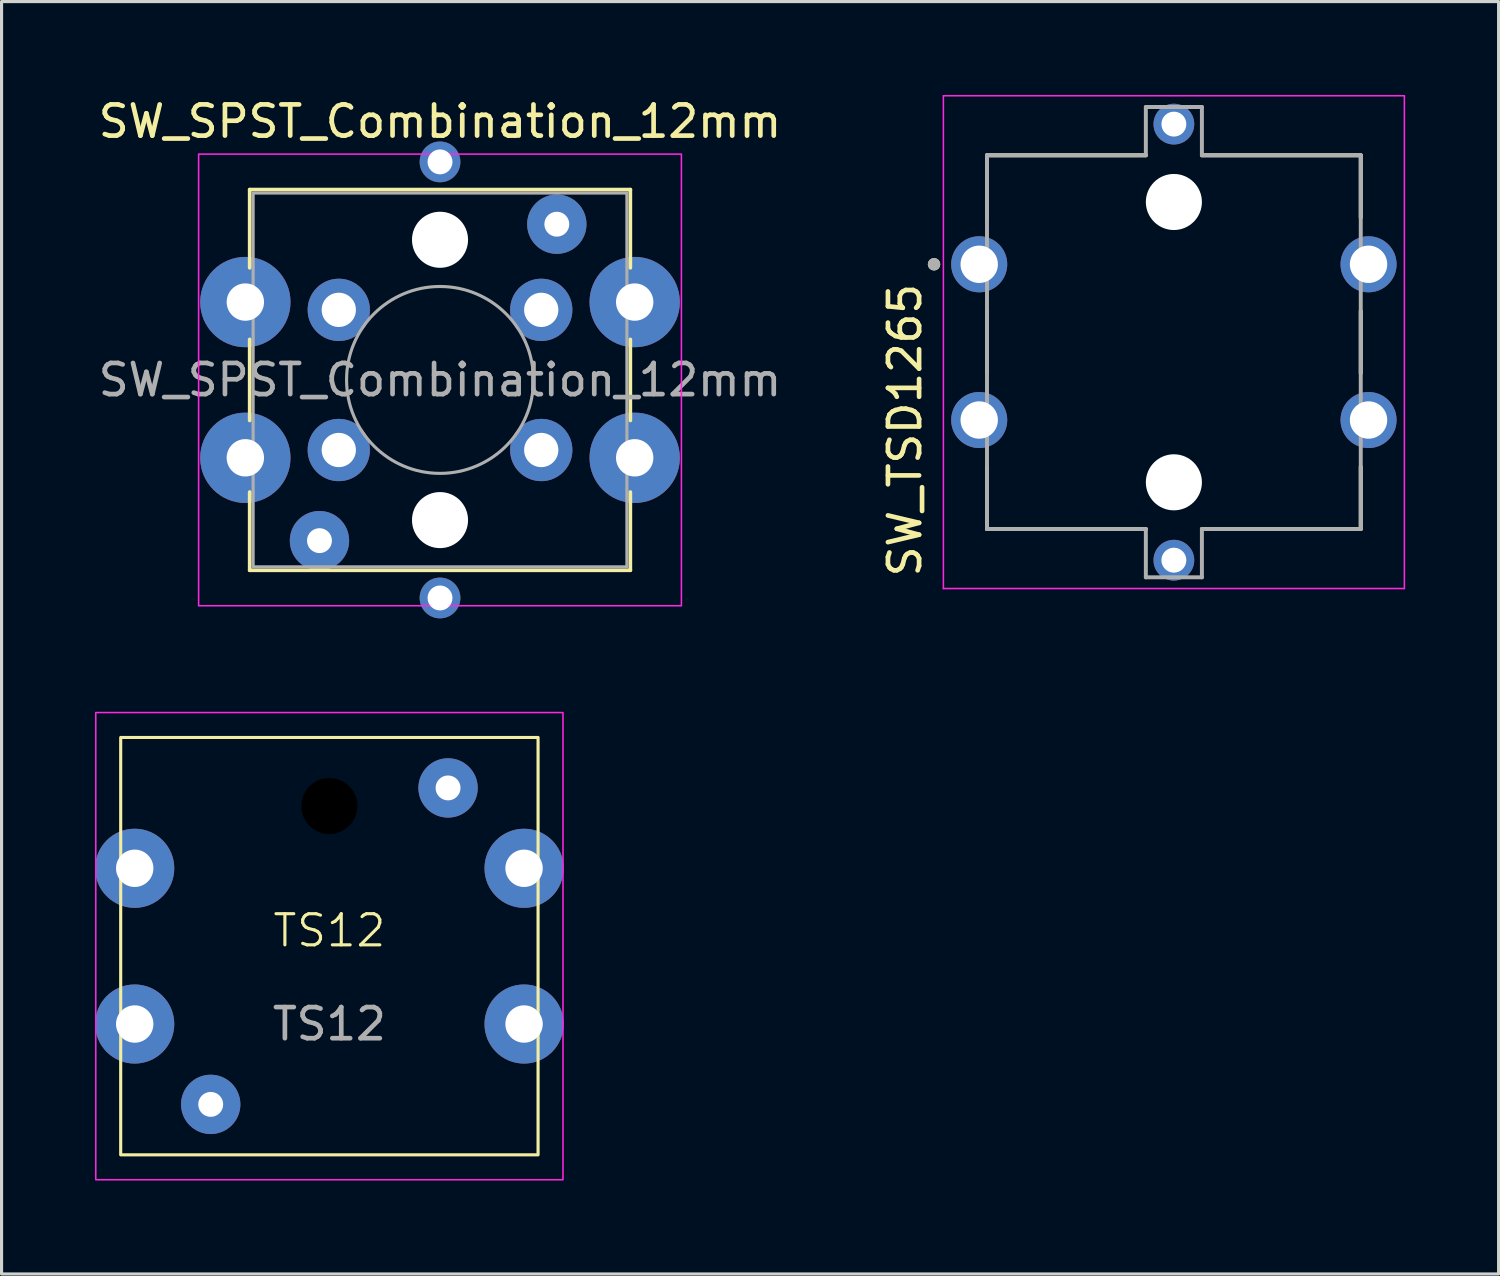
<source format=kicad_pcb>
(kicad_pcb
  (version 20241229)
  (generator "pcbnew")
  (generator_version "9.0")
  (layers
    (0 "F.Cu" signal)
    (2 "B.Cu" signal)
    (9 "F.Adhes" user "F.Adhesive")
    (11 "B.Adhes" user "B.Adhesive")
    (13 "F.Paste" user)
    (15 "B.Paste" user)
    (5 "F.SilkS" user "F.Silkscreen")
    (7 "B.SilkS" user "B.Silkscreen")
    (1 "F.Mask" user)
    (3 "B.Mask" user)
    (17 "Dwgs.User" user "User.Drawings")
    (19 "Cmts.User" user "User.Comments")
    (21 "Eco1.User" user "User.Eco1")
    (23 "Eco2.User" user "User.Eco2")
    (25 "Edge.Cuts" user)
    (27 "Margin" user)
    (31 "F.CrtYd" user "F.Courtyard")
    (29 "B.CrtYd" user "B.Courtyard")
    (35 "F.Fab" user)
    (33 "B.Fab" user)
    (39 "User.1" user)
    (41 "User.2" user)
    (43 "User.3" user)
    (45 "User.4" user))
  (footprint "TS12"
    (layer "F.Cu")
    (at 7.525 27.327)
    (property "Reference" "TS12" (at 0 -0.5 0) (unlocked yes) (layer "F.SilkS") (effects (font (size 1 1) (thickness 0.1))))
    (attr through_hole)
    (fp_rect (start -6.7 -6.7) (end 6.7 6.7) (stroke (width 0.1) (type solid)) (fill no) (layer "F.SilkS"))
    (fp_rect (start -7.5 -7.5) (end 7.5 7.5) (stroke (width 0.05) (type default)) (fill no) (layer "F.CrtYd"))
    (fp_text user "${REFERENCE}" (at 0 2.5 0) (unlocked yes) (layer "F.Fab") (effects (font (size 1 1) (thickness 0.15))))
    (pad "" np_thru_hole circle (at 0 -4.5) (size 1.8 1.8) (drill 1.8) (layers))
    (pad "1" thru_hole circle (at -6.25 -2.5) (size 2.54 2.54) (drill 1.2) (layers "*.Cu" "*.Mask"))
    (pad "1" thru_hole circle (at 6.25 -2.5) (size 2.54 2.54) (drill 1.2) (layers "*.Cu" "*.Mask"))
    (pad "2" thru_hole circle (at -6.25 2.5) (size 2.54 2.54) (drill 1.2) (layers "*.Cu" "*.Mask"))
    (pad "2" thru_hole circle (at 6.25 2.5) (size 2.54 2.54) (drill 1.2) (layers "*.Cu" "*.Mask"))
    (pad "3" thru_hole circle (at -3.81 5.08) (size 1.905 1.905) (drill 0.8) (layers "*.Cu" "*.Mask"))
    (pad "4" thru_hole circle (at 3.81 -5.08) (size 1.905 1.905) (drill 0.8) (layers "*.Cu" "*.Mask")))
  (footprint "SW_TSD1265"
    (layer "F.Cu")
    (at 34.638 7.935)
    (property "Reference" "SW_TSD1265" (at -8.635 2.825 90) (layer "F.SilkS") (effects (font (size 1 1) (thickness 0.15))))
    (attr through_hole)
    (fp_line (start -6 -6) (end -6 -4) (stroke (width 0.127) (type solid)) (layer "F.SilkS"))
    (fp_line (start -6 -1) (end -6 1) (stroke (width 0.127) (type solid)) (layer "F.SilkS"))
    (fp_line (start -6 4) (end -6 6) (stroke (width 0.127) (type solid)) (layer "F.SilkS"))
    (fp_line (start -6 6) (end -0.9 6) (stroke (width 0.127) (type solid)) (layer "F.SilkS"))
    (fp_line (start -0.9 -6) (end -6 -6) (stroke (width 0.127) (type solid)) (layer "F.SilkS"))
    (fp_line (start 0.9 6) (end 6 6) (stroke (width 0.127) (type solid)) (layer "F.SilkS"))
    (fp_line (start 6 -6) (end 0.9 -6) (stroke (width 0.127) (type solid)) (layer "F.SilkS"))
    (fp_line (start 6 -4) (end 6 -6) (stroke (width 0.127) (type solid)) (layer "F.SilkS"))
    (fp_line (start 6 1) (end 6 -1) (stroke (width 0.127) (type solid)) (layer "F.SilkS"))
    (fp_line (start 6 6) (end 6 4) (stroke (width 0.127) (type solid)) (layer "F.SilkS"))
    (fp_circle (center -7.7 -2.5) (end -7.7 -2.6) (stroke (width 0.2) (type solid)) (fill no) (layer "F.SilkS"))
    (fp_line (start -7.4 -7.91) (end 7.4 -7.91) (stroke (width 0.05) (type solid)) (layer "F.CrtYd"))
    (fp_line (start -7.4 7.91) (end -7.4 -7.91) (stroke (width 0.05) (type solid)) (layer "F.CrtYd"))
    (fp_line (start 7.4 -7.91) (end 7.4 7.91) (stroke (width 0.05) (type solid)) (layer "F.CrtYd"))
    (fp_line (start 7.4 7.91) (end -7.4 7.91) (stroke (width 0.05) (type solid)) (layer "F.CrtYd"))
    (fp_line (start -6 -6) (end -0.9 -6) (stroke (width 0.127) (type solid)) (layer "F.Fab"))
    (fp_line (start -6 6) (end -6 -6) (stroke (width 0.127) (type solid)) (layer "F.Fab"))
    (fp_line (start -0.9 -7.55) (end 0.9 -7.55) (stroke (width 0.127) (type solid)) (layer "F.Fab"))
    (fp_line (start -0.9 -6) (end -0.9 -7.55) (stroke (width 0.127) (type solid)) (layer "F.Fab"))
    (fp_line (start -0.9 6) (end -6 6) (stroke (width 0.127) (type solid)) (layer "F.Fab"))
    (fp_line (start -0.9 7.55) (end -0.9 6) (stroke (width 0.127) (type solid)) (layer "F.Fab"))
    (fp_line (start 0.9 -7.55) (end 0.9 -6) (stroke (width 0.127) (type solid)) (layer "F.Fab"))
    (fp_line (start 0.9 -6) (end 6 -6) (stroke (width 0.127) (type solid)) (layer "F.Fab"))
    (fp_line (start 0.9 6) (end 0.9 7.55) (stroke (width 0.127) (type solid)) (layer "F.Fab"))
    (fp_line (start 0.9 7.55) (end -0.9 7.55) (stroke (width 0.127) (type solid)) (layer "F.Fab"))
    (fp_line (start 6 -6) (end 6 6) (stroke (width 0.127) (type solid)) (layer "F.Fab"))
    (fp_line (start 6 6) (end 0.9 6) (stroke (width 0.127) (type solid)) (layer "F.Fab"))
    (fp_circle (center -7.7 -2.5) (end -7.7 -2.6) (stroke (width 0.2) (type solid)) (fill no) (layer "F.Fab"))
    (pad "" np_thru_hole circle (at 0 -4.5 90) (size 1.8 1.8) (drill 1.8) (layers "*.Cu" "*.Mask"))
    (pad "" np_thru_hole circle (at 0 4.5 90) (size 1.8 1.8) (drill 1.8) (layers "*.Cu" "*.Mask"))
    (pad "1" thru_hole circle (at -6.25 -2.5 90) (size 1.8 1.8) (drill 1.2) (layers "*.Cu" "*.Mask"))
    (pad "1" thru_hole circle (at 6.25 -2.5 90) (size 1.8 1.8) (drill 1.2) (layers "*.Cu" "*.Mask"))
    (pad "2" thru_hole circle (at -6.25 2.5 90) (size 1.8 1.8) (drill 1.2) (layers "*.Cu" "*.Mask"))
    (pad "2" thru_hole circle (at 6.25 2.5 90) (size 1.8 1.8) (drill 1.2) (layers "*.Cu" "*.Mask"))
    (pad "3" thru_hole circle (at 0 -7 90) (size 1.308 1.308) (drill 0.8) (layers "*.Cu" "*.Mask"))
    (pad "4" thru_hole circle (at 0 7 90) (size 1.308 1.308) (drill 0.8) (layers "*.Cu" "*.Mask")))
  (footprint "SW_SPST_Combination_12mm"
    (layer "F.Cu")
    (at 11.077 9.148)
    (property "Reference" "SW_SPST_Combination_12mm" (at 0 -8.3 0) (layer "F.SilkS") (effects (font (size 1 1) (thickness 0.15))))
    (attr through_hole)
    (fp_line (start -6.11 -6.11) (end -6.11 -3.6) (stroke (width 0.12) (type default)) (layer "F.SilkS"))
    (fp_line (start -6.11 -6.11) (end 6.11 -6.11) (stroke (width 0.12) (type default)) (layer "F.SilkS"))
    (fp_line (start -6.11 -1.3) (end -6.11 1.3) (stroke (width 0.12) (type default)) (layer "F.SilkS"))
    (fp_line (start -6.11 3.6) (end -6.11 6.11) (stroke (width 0.12) (type default)) (layer "F.SilkS"))
    (fp_line (start 6.11 -6.11) (end 6.11 -3.6) (stroke (width 0.12) (type default)) (layer "F.SilkS"))
    (fp_line (start 6.11 -1.3) (end 6.11 1.3) (stroke (width 0.12) (type default)) (layer "F.SilkS"))
    (fp_line (start 6.11 3.6) (end 6.11 6.11) (stroke (width 0.12) (type default)) (layer "F.SilkS"))
    (fp_line (start 6.11 6.11) (end -6.11 6.11) (stroke (width 0.12) (type default)) (layer "F.SilkS"))
    (fp_rect (start -7.75 -7.25) (end 7.75 7.25) (stroke (width 0.05) (type default)) (fill no) (layer "F.CrtYd"))
    (fp_rect (start -6 -6) (end 6 6) (stroke (width 0.1) (type default)) (fill no) (layer "F.Fab"))
    (fp_circle (center 0 0) (end 3 0) (stroke (width 0.1) (type default)) (fill no) (layer "F.Fab"))
    (fp_text user "${REFERENCE}" (at 0 0 0) (layer "F.Fab") (effects (font (size 1 1) (thickness 0.15))))
    (pad "" np_thru_hole circle (at 0 -4.5) (size 1.8 1.8) (drill 1.8) (layers "*.Cu" "*.Mask"))
    (pad "" np_thru_hole circle (at 0 4.5) (size 1.8 1.8) (drill 1.8) (layers "*.Cu" "*.Mask"))
    (pad "1" thru_hole circle (at -6.25 -2.5) (size 2.9 2.9) (drill 1.2) (layers "*.Cu" "*.Mask"))
    (pad "1" thru_hole circle (at -3.25 -2.25 90) (size 2 2) (drill 1.1) (layers "*.Cu" "*.Mask"))
    (pad "1" thru_hole circle (at 3.25 -2.25 90) (size 2 2) (drill 1.1) (layers "*.Cu" "*.Mask"))
    (pad "1" thru_hole circle (at 6.25 -2.5) (size 2.9 2.9) (drill 1.2) (layers "*.Cu" "*.Mask"))
    (pad "2" thru_hole circle (at -6.25 2.5) (size 2.9 2.9) (drill 1.2) (layers "*.Cu" "*.Mask"))
    (pad "2" thru_hole circle (at -3.25 2.25 90) (size 2 2) (drill 1.1) (layers "*.Cu" "*.Mask"))
    (pad "2" thru_hole circle (at 3.25 2.25 90) (size 2 2) (drill 1.1) (layers "*.Cu" "*.Mask"))
    (pad "2" thru_hole circle (at 6.25 2.5) (size 2.9 2.9) (drill 1.2) (layers "*.Cu" "*.Mask"))
    (pad "3" thru_hole circle (at 0 -7 90) (size 1.308 1.308) (drill 0.8) (layers "*.Cu" "*.Mask"))
    (pad "3" thru_hole circle (at 3.75 -5) (size 1.905 1.905) (drill 0.8) (layers "*.Cu" "*.Mask"))
    (pad "4" thru_hole circle (at -3.87 5.16) (size 1.905 1.905) (drill 0.8) (layers "*.Cu" "*.Mask"))
    (pad "4" thru_hole circle (at 0 7 90) (size 1.308 1.308) (drill 0.8) (layers "*.Cu" "*.Mask")))
  (gr_rect
    (start -3 -3)
    (end 45.063 37.852)
    (stroke (width 0.1) (type default))
    (fill no)
    (layer "Edge.Cuts")))
</source>
